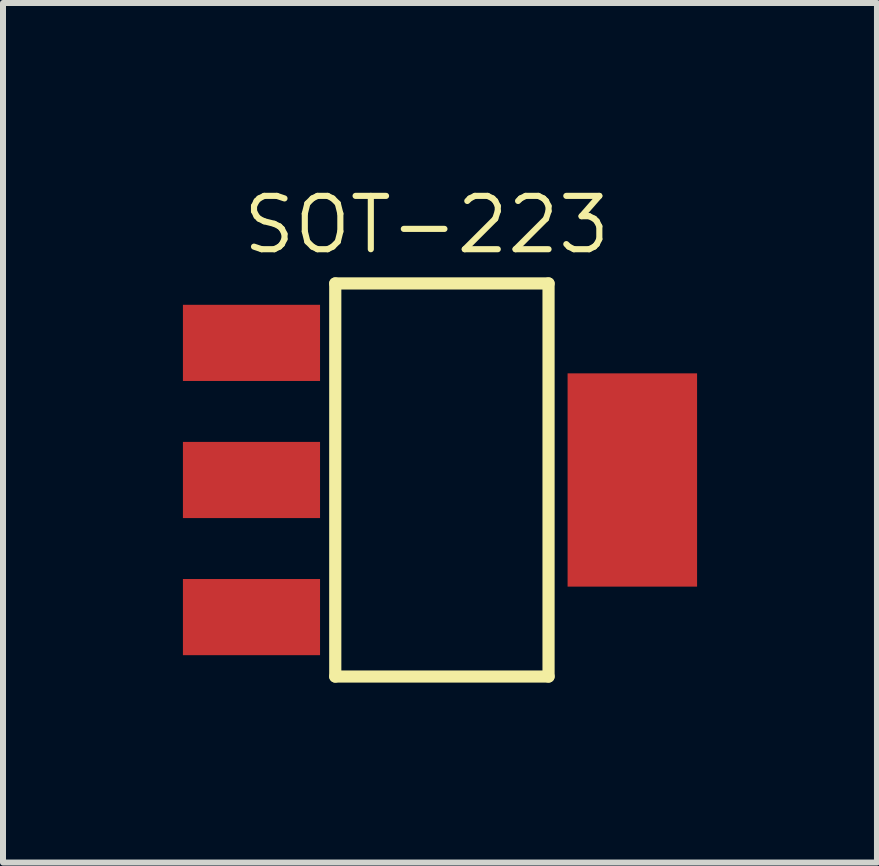
<source format=kicad_pcb>
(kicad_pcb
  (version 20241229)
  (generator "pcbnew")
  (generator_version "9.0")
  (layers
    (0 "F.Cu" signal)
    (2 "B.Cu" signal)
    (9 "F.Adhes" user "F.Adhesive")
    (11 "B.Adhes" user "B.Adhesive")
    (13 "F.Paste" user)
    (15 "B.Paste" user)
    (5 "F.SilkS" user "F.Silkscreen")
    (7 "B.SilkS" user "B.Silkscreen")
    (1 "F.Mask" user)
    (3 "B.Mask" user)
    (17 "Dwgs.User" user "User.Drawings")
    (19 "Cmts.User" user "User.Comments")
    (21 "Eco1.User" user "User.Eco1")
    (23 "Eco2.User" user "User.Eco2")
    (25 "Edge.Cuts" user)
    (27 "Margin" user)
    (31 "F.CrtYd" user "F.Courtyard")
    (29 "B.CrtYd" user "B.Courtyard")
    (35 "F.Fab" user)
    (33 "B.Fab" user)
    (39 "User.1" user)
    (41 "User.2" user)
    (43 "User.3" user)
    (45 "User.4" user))
  (footprint "SOT-223"
    (layer "F.Cu")
    (at 4.064 4.699)
    (property "Reference" "SOT-223" (at 0 -4 0) (layer "F.SilkS") (effects (font (size 0.889 0.889) (thickness 0.102))))
    (attr smd)
    (fp_line (start -1.524 -3.023) (end 2.032 -3.023) (stroke (width 0.203) (type solid)) (layer "F.SilkS"))
    (fp_line (start -1.524 3.531) (end -1.524 -3.023) (stroke (width 0.203) (type solid)) (layer "F.SilkS"))
    (fp_line (start 2.032 -3.023) (end 2.032 3.531) (stroke (width 0.203) (type solid)) (layer "F.SilkS"))
    (fp_line (start 2.032 3.531) (end -1.524 3.531) (stroke (width 0.203) (type solid)) (layer "F.SilkS"))
    (pad "1" smd rect (at -2.921 -2.032 270) (size 1.27 2.286) (layers "F.Cu" "F.Mask" "F.Paste"))
    (pad "2" smd rect (at -2.921 0.254 270) (size 1.27 2.286) (layers "F.Cu" "F.Mask" "F.Paste"))
    (pad "3" smd rect (at -2.921 2.54 270) (size 1.27 2.286) (layers "F.Cu" "F.Mask" "F.Paste"))
    (pad "TER" smd rect (at 3.429 0.254 270) (size 3.556 2.159) (layers "F.Cu" "F.Mask" "F.Paste")))
  (gr_rect
    (start -3 -3)
    (end 11.572 11.331)
    (stroke (width 0.1) (type default))
    (fill no)
    (layer "Edge.Cuts")))
</source>
